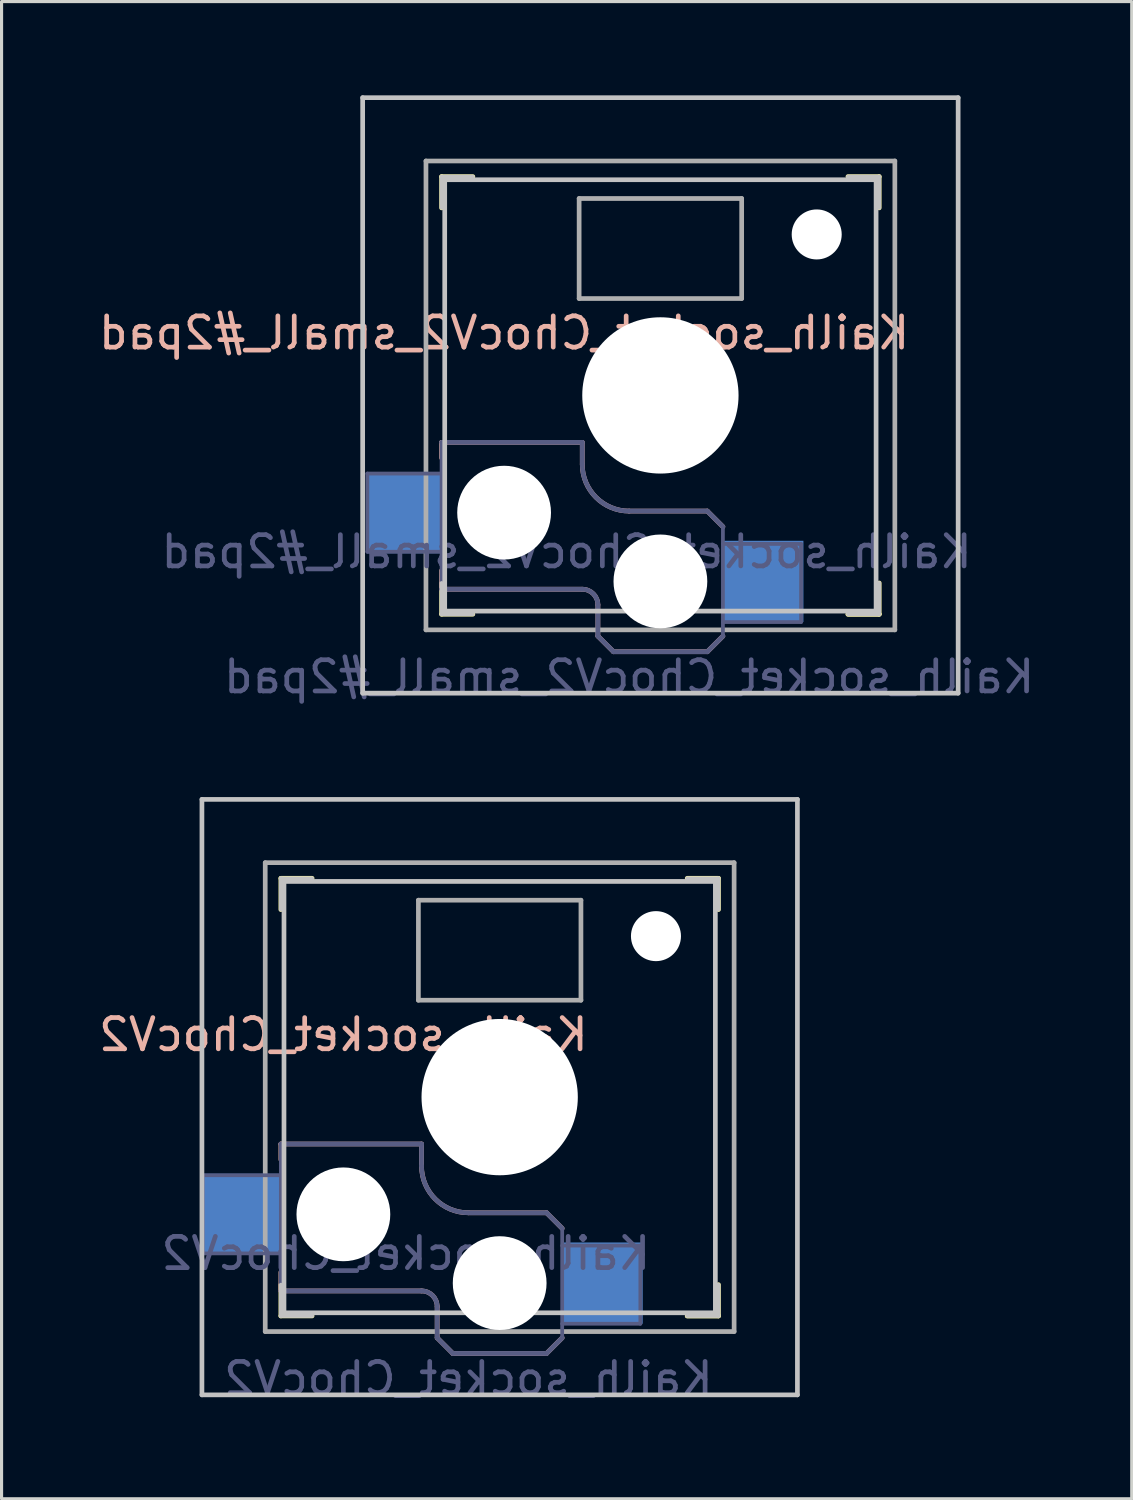
<source format=kicad_pcb>
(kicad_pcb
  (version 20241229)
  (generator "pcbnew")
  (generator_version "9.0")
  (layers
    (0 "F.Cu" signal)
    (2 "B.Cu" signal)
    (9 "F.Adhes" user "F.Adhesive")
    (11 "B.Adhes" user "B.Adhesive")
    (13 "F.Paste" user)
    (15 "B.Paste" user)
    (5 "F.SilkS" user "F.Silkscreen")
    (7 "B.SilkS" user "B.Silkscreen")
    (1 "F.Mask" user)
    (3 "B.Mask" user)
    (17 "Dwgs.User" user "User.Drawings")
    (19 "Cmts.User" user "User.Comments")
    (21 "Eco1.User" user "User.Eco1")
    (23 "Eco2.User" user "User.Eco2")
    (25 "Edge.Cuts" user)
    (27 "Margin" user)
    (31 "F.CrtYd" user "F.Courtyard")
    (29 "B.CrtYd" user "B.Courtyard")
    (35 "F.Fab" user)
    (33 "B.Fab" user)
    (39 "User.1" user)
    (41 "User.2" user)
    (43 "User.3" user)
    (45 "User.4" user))
  (footprint "Kailh_socket_ChocV2"
    (layer "F.Cu")
    (at 12.935 32.048)
    (property "Reference" "Kailh_socket_ChocV2" (at -5 -2 0) (layer "B.SilkS") (effects (font (size 1 1) (thickness 0.15)) (justify mirror)))
    (property "Value" "Kailh_socket_ChocV2" (at 0 8.255 0) (layer "F.Fab") (hide yes) (effects (font (size 1 1) (thickness 0.15))))
    (attr through_hole)
    (fp_line (start -7 -6) (end -7 -7) (stroke (width 0.15) (type solid)) (layer "F.SilkS"))
    (fp_line (start -7 7) (end -7 6) (stroke (width 0.15) (type solid)) (layer "F.SilkS"))
    (fp_line (start -7 7) (end -6 7) (stroke (width 0.15) (type solid)) (layer "F.SilkS"))
    (fp_line (start -6 -7) (end -7 -7) (stroke (width 0.15) (type solid)) (layer "F.SilkS"))
    (fp_line (start 6 7) (end 7 7) (stroke (width 0.15) (type solid)) (layer "F.SilkS"))
    (fp_line (start 7 -7) (end 6 -7) (stroke (width 0.15) (type solid)) (layer "F.SilkS"))
    (fp_line (start 7 -7) (end 7 -6) (stroke (width 0.15) (type solid)) (layer "F.SilkS"))
    (fp_line (start 7 6) (end 7 7) (stroke (width 0.15) (type solid)) (layer "F.SilkS"))
    (fp_line (start 7 7) (end 6 7) (stroke (width 0.15) (type solid)) (layer "F.SilkS"))
    (fp_line (start -7 1.5) (end -7 2) (stroke (width 0.15) (type solid)) (layer "B.SilkS"))
    (fp_line (start -7 5.6) (end -7 6.2) (stroke (width 0.15) (type solid)) (layer "B.SilkS"))
    (fp_line (start -7 6.2) (end -2.5 6.2) (stroke (width 0.15) (type solid)) (layer "B.SilkS"))
    (fp_line (start -2.5 1.5) (end -7 1.5) (stroke (width 0.15) (type solid)) (layer "B.SilkS"))
    (fp_line (start -2.5 2.2) (end -2.5 1.5) (stroke (width 0.15) (type solid)) (layer "B.SilkS"))
    (fp_line (start -2 6.7) (end -2 7.7) (stroke (width 0.15) (type solid)) (layer "B.SilkS"))
    (fp_line (start -1.5 8.2) (end -2 7.7) (stroke (width 0.15) (type solid)) (layer "B.SilkS"))
    (fp_line (start 1.5 3.7) (end -1 3.7) (stroke (width 0.15) (type solid)) (layer "B.SilkS"))
    (fp_line (start 1.5 8.2) (end -1.5 8.2) (stroke (width 0.15) (type solid)) (layer "B.SilkS"))
    (fp_line (start 2 4.2) (end 1.5 3.7) (stroke (width 0.15) (type solid)) (layer "B.SilkS"))
    (fp_line (start 2 7.7) (end 1.5 8.2) (stroke (width 0.15) (type solid)) (layer "B.SilkS"))
    (fp_arc (start -2.5 6.2) (mid -2.146447 6.346447) (end -2 6.7) (stroke (width 0.15) (type solid)) (layer "B.SilkS"))
    (fp_arc (start -1 3.7) (mid -2.06066 3.26066) (end -2.5 2.2) (stroke (width 0.15) (type solid)) (layer "B.SilkS"))
    (fp_line (start -9.525 -9.525) (end 9.525 -9.525) (stroke (width 0.15) (type solid)) (layer "Dwgs.User"))
    (fp_line (start -9.525 9.525) (end -9.525 -9.525) (stroke (width 0.15) (type solid)) (layer "Dwgs.User"))
    (fp_line (start -7 -7) (end -7 -6) (stroke (width 0.12) (type solid)) (layer "Dwgs.User"))
    (fp_line (start -7 -7) (end -6 -7) (stroke (width 0.12) (type solid)) (layer "Dwgs.User"))
    (fp_line (start -7 7) (end -7 6) (stroke (width 0.12) (type solid)) (layer "Dwgs.User"))
    (fp_line (start -7 7) (end -6 7) (stroke (width 0.12) (type solid)) (layer "Dwgs.User"))
    (fp_line (start -6.9 6.9) (end -6.9 -6.9) (stroke (width 0.15) (type solid)) (layer "Dwgs.User"))
    (fp_line (start -6.9 6.9) (end 6.9 6.9) (stroke (width 0.15) (type solid)) (layer "Dwgs.User"))
    (fp_line (start 6.9 -6.9) (end -6.9 -6.9) (stroke (width 0.15) (type solid)) (layer "Dwgs.User"))
    (fp_line (start 6.9 -6.9) (end 6.9 6.9) (stroke (width 0.15) (type solid)) (layer "Dwgs.User"))
    (fp_line (start 7 -7) (end 6 -7) (stroke (width 0.12) (type solid)) (layer "Dwgs.User"))
    (fp_line (start 7 -7) (end 7 -6) (stroke (width 0.12) (type solid)) (layer "Dwgs.User"))
    (fp_line (start 7 7) (end 6 7) (stroke (width 0.12) (type solid)) (layer "Dwgs.User"))
    (fp_line (start 7 7) (end 7 6) (stroke (width 0.12) (type solid)) (layer "Dwgs.User"))
    (fp_line (start 9.525 -9.525) (end 9.525 9.525) (stroke (width 0.15) (type solid)) (layer "Dwgs.User"))
    (fp_line (start 9.525 9.525) (end -9.525 9.525) (stroke (width 0.15) (type solid)) (layer "Dwgs.User"))
    (fp_line (start -9.5 2.5) (end -7 2.5) (stroke (width 0.12) (type solid)) (layer "B.Fab"))
    (fp_line (start -9.5 5) (end -9.5 2.5) (stroke (width 0.12) (type solid)) (layer "B.Fab"))
    (fp_line (start -7 1.5) (end -7 6.2) (stroke (width 0.12) (type solid)) (layer "B.Fab"))
    (fp_line (start -7 5) (end -9.5 5) (stroke (width 0.12) (type solid)) (layer "B.Fab"))
    (fp_line (start -7 6.2) (end -2.5 6.2) (stroke (width 0.15) (type solid)) (layer "B.Fab"))
    (fp_line (start -2.5 1.5) (end -7 1.5) (stroke (width 0.15) (type solid)) (layer "B.Fab"))
    (fp_line (start -2.5 2.2) (end -2.5 1.5) (stroke (width 0.15) (type solid)) (layer "B.Fab"))
    (fp_line (start -2 6.7) (end -2 7.7) (stroke (width 0.15) (type solid)) (layer "B.Fab"))
    (fp_line (start -1.5 8.2) (end -2 7.7) (stroke (width 0.15) (type solid)) (layer "B.Fab"))
    (fp_line (start 1.5 3.7) (end -1 3.7) (stroke (width 0.15) (type solid)) (layer "B.Fab"))
    (fp_line (start 1.5 8.2) (end -1.5 8.2) (stroke (width 0.15) (type solid)) (layer "B.Fab"))
    (fp_line (start 2 4.2) (end 1.5 3.7) (stroke (width 0.15) (type solid)) (layer "B.Fab"))
    (fp_line (start 2 4.25) (end 2 7.7) (stroke (width 0.12) (type solid)) (layer "B.Fab"))
    (fp_line (start 2 4.75) (end 4.5 4.75) (stroke (width 0.12) (type solid)) (layer "B.Fab"))
    (fp_line (start 2 7.7) (end 1.5 8.2) (stroke (width 0.15) (type solid)) (layer "B.Fab"))
    (fp_line (start 4.5 4.75) (end 4.5 7.25) (stroke (width 0.12) (type solid)) (layer "B.Fab"))
    (fp_line (start 4.5 7.25) (end 2 7.25) (stroke (width 0.12) (type solid)) (layer "B.Fab"))
    (fp_arc (start -2.5 6.2) (mid -2.146447 6.346447) (end -2 6.7) (stroke (width 0.15) (type solid)) (layer "B.Fab"))
    (fp_arc (start -1 3.7) (mid -2.06066 3.26066) (end -2.5 2.2) (stroke (width 0.15) (type solid)) (layer "B.Fab"))
    (fp_line (start -7.5 -7.5) (end 7.5 -7.5) (stroke (width 0.15) (type solid)) (layer "F.Fab"))
    (fp_line (start -7.5 7.5) (end -7.5 -7.5) (stroke (width 0.15) (type solid)) (layer "F.Fab"))
    (fp_line (start -2.6 -3.1) (end -2.6 -6.3) (stroke (width 0.15) (type solid)) (layer "F.Fab"))
    (fp_line (start -2.6 -3.1) (end 2.6 -3.1) (stroke (width 0.15) (type solid)) (layer "F.Fab"))
    (fp_line (start 2.6 -6.3) (end -2.6 -6.3) (stroke (width 0.15) (type solid)) (layer "F.Fab"))
    (fp_line (start 2.6 -3.1) (end 2.6 -6.3) (stroke (width 0.15) (type solid)) (layer "F.Fab"))
    (fp_line (start 7.5 -7.5) (end 7.5 7.5) (stroke (width 0.15) (type solid)) (layer "F.Fab"))
    (fp_line (start 7.5 7.5) (end -7.5 7.5) (stroke (width 0.15) (type solid)) (layer "F.Fab"))
    (fp_text user "${REFERENCE}" (at -3 5 0) (layer "B.Fab") (effects (font (size 1 1) (thickness 0.15)) (justify mirror)))
    (fp_text user "${VALUE}" (at -1 9 0) (layer "B.Fab") (effects (font (size 1 1) (thickness 0.15)) (justify mirror)))
    (pad "" np_thru_hole circle (at -5 3.75) (size 3 3) (drill 3) (layers "*.Cu" "*.Mask"))
    (pad "" np_thru_hole circle (at 0 0) (size 5 5) (drill 5) (layers "*.Cu" "*.Mask"))
    (pad "" np_thru_hole circle (at 0 5.95) (size 3 3) (drill 3) (layers "*.Cu" "*.Mask"))
    (pad "" np_thru_hole circle (at 5 -5.15) (size 1.6 1.6) (drill 1.6) (layers "*.Cu" "*.Mask"))
    (pad "1" smd rect (at 3.275 5.95) (size 2.6 2.6) (layers "B.Cu" "B.Mask" "B.Paste"))
    (pad "2" smd rect (at -8.275 3.75) (size 2.6 2.6) (layers "B.Cu" "B.Mask" "B.Paste")))
  (footprint "Kailh_socket_ChocV2_small_#2pad"
    (layer "F.Cu")
    (at 18.077 9.6)
    (property "Reference" "Kailh_socket_ChocV2_small_#2pad" (at -5 -2 0) (layer "B.SilkS") (effects (font (size 1 1) (thickness 0.15)) (justify mirror)))
    (property "Value" "Kailh_socket_ChocV2_small_#2pad" (at 0 8.255 0) (layer "F.Fab") (hide yes) (effects (font (size 1 1) (thickness 0.15))))
    (attr through_hole)
    (fp_line (start -7 -6) (end -7 -7) (stroke (width 0.15) (type solid)) (layer "F.SilkS"))
    (fp_line (start -7 7) (end -7 6) (stroke (width 0.15) (type solid)) (layer "F.SilkS"))
    (fp_line (start -7 7) (end -6 7) (stroke (width 0.15) (type solid)) (layer "F.SilkS"))
    (fp_line (start -6 -7) (end -7 -7) (stroke (width 0.15) (type solid)) (layer "F.SilkS"))
    (fp_line (start 6 7) (end 7 7) (stroke (width 0.15) (type solid)) (layer "F.SilkS"))
    (fp_line (start 7 -7) (end 6 -7) (stroke (width 0.15) (type solid)) (layer "F.SilkS"))
    (fp_line (start 7 -7) (end 7 -6) (stroke (width 0.15) (type solid)) (layer "F.SilkS"))
    (fp_line (start 7 6) (end 7 7) (stroke (width 0.15) (type solid)) (layer "F.SilkS"))
    (fp_line (start 7 7) (end 6 7) (stroke (width 0.15) (type solid)) (layer "F.SilkS"))
    (fp_line (start -7 1.5) (end -7 2) (stroke (width 0.15) (type solid)) (layer "B.SilkS"))
    (fp_line (start -7 5.6) (end -7 6.2) (stroke (width 0.15) (type solid)) (layer "B.SilkS"))
    (fp_line (start -7 6.2) (end -2.5 6.2) (stroke (width 0.15) (type solid)) (layer "B.SilkS"))
    (fp_line (start -2.5 1.5) (end -7 1.5) (stroke (width 0.15) (type solid)) (layer "B.SilkS"))
    (fp_line (start -2.5 2.2) (end -2.5 1.5) (stroke (width 0.15) (type solid)) (layer "B.SilkS"))
    (fp_line (start -2 6.7) (end -2 7.7) (stroke (width 0.15) (type solid)) (layer "B.SilkS"))
    (fp_line (start -1.5 8.2) (end -2 7.7) (stroke (width 0.15) (type solid)) (layer "B.SilkS"))
    (fp_line (start 1.5 3.7) (end -1 3.7) (stroke (width 0.15) (type solid)) (layer "B.SilkS"))
    (fp_line (start 1.5 8.2) (end -1.5 8.2) (stroke (width 0.15) (type solid)) (layer "B.SilkS"))
    (fp_line (start 2 4.2) (end 1.5 3.7) (stroke (width 0.15) (type solid)) (layer "B.SilkS"))
    (fp_line (start 2 7.7) (end 1.5 8.2) (stroke (width 0.15) (type solid)) (layer "B.SilkS"))
    (fp_arc (start -2.5 6.2) (mid -2.146447 6.346447) (end -2 6.7) (stroke (width 0.15) (type solid)) (layer "B.SilkS"))
    (fp_arc (start -1 3.7) (mid -2.06066 3.26066) (end -2.5 2.2) (stroke (width 0.15) (type solid)) (layer "B.SilkS"))
    (fp_line (start -9.525 -9.525) (end 9.525 -9.525) (stroke (width 0.15) (type solid)) (layer "Dwgs.User"))
    (fp_line (start -9.525 9.525) (end -9.525 -9.525) (stroke (width 0.15) (type solid)) (layer "Dwgs.User"))
    (fp_line (start -7 -7) (end -7 -6) (stroke (width 0.12) (type solid)) (layer "Dwgs.User"))
    (fp_line (start -7 -7) (end -6 -7) (stroke (width 0.12) (type solid)) (layer "Dwgs.User"))
    (fp_line (start -7 7) (end -7 6) (stroke (width 0.12) (type solid)) (layer "Dwgs.User"))
    (fp_line (start -7 7) (end -6 7) (stroke (width 0.12) (type solid)) (layer "Dwgs.User"))
    (fp_line (start -6.9 6.9) (end -6.9 -6.9) (stroke (width 0.15) (type solid)) (layer "Dwgs.User"))
    (fp_line (start -6.9 6.9) (end 6.9 6.9) (stroke (width 0.15) (type solid)) (layer "Dwgs.User"))
    (fp_line (start 6.9 -6.9) (end -6.9 -6.9) (stroke (width 0.15) (type solid)) (layer "Dwgs.User"))
    (fp_line (start 6.9 -6.9) (end 6.9 6.9) (stroke (width 0.15) (type solid)) (layer "Dwgs.User"))
    (fp_line (start 7 -7) (end 6 -7) (stroke (width 0.12) (type solid)) (layer "Dwgs.User"))
    (fp_line (start 7 -7) (end 7 -6) (stroke (width 0.12) (type solid)) (layer "Dwgs.User"))
    (fp_line (start 7 7) (end 6 7) (stroke (width 0.12) (type solid)) (layer "Dwgs.User"))
    (fp_line (start 7 7) (end 7 6) (stroke (width 0.12) (type solid)) (layer "Dwgs.User"))
    (fp_line (start 9.525 -9.525) (end 9.525 9.525) (stroke (width 0.15) (type solid)) (layer "Dwgs.User"))
    (fp_line (start 9.525 9.525) (end -9.525 9.525) (stroke (width 0.15) (type solid)) (layer "Dwgs.User"))
    (fp_line (start -9.375 2.5) (end -7 2.5) (stroke (width 0.12) (type solid)) (layer "B.Fab"))
    (fp_line (start -9.375 5) (end -9.375 2.5) (stroke (width 0.12) (type solid)) (layer "B.Fab"))
    (fp_line (start -7 1.5) (end -7 6.2) (stroke (width 0.12) (type solid)) (layer "B.Fab"))
    (fp_line (start -7 5) (end -9.375 5) (stroke (width 0.12) (type solid)) (layer "B.Fab"))
    (fp_line (start -7 6.2) (end -2.5 6.2) (stroke (width 0.15) (type solid)) (layer "B.Fab"))
    (fp_line (start -2.5 1.5) (end -7 1.5) (stroke (width 0.15) (type solid)) (layer "B.Fab"))
    (fp_line (start -2.5 2.2) (end -2.5 1.5) (stroke (width 0.15) (type solid)) (layer "B.Fab"))
    (fp_line (start -2 6.7) (end -2 7.7) (stroke (width 0.15) (type solid)) (layer "B.Fab"))
    (fp_line (start -1.5 8.2) (end -2 7.7) (stroke (width 0.15) (type solid)) (layer "B.Fab"))
    (fp_line (start 1.5 3.7) (end -1 3.7) (stroke (width 0.15) (type solid)) (layer "B.Fab"))
    (fp_line (start 1.5 8.2) (end -1.5 8.2) (stroke (width 0.15) (type solid)) (layer "B.Fab"))
    (fp_line (start 2 4.2) (end 1.5 3.7) (stroke (width 0.15) (type solid)) (layer "B.Fab"))
    (fp_line (start 2 4.25) (end 2 7.7) (stroke (width 0.12) (type solid)) (layer "B.Fab"))
    (fp_line (start 2 4.75) (end 4.5 4.75) (stroke (width 0.12) (type solid)) (layer "B.Fab"))
    (fp_line (start 2 7.7) (end 1.5 8.2) (stroke (width 0.15) (type solid)) (layer "B.Fab"))
    (fp_line (start 4.5 4.75) (end 4.5 7.25) (stroke (width 0.12) (type solid)) (layer "B.Fab"))
    (fp_line (start 4.5 7.25) (end 2 7.25) (stroke (width 0.12) (type solid)) (layer "B.Fab"))
    (fp_arc (start -2.5 6.2) (mid -2.146447 6.346447) (end -2 6.7) (stroke (width 0.15) (type solid)) (layer "B.Fab"))
    (fp_arc (start -1 3.7) (mid -2.06066 3.26066) (end -2.5 2.2) (stroke (width 0.15) (type solid)) (layer "B.Fab"))
    (fp_line (start -7.5 -7.5) (end 7.5 -7.5) (stroke (width 0.15) (type solid)) (layer "F.Fab"))
    (fp_line (start -7.5 7.5) (end -7.5 -7.5) (stroke (width 0.15) (type solid)) (layer "F.Fab"))
    (fp_line (start -2.6 -3.1) (end -2.6 -6.3) (stroke (width 0.15) (type solid)) (layer "F.Fab"))
    (fp_line (start -2.6 -3.1) (end 2.6 -3.1) (stroke (width 0.15) (type solid)) (layer "F.Fab"))
    (fp_line (start 2.6 -6.3) (end -2.6 -6.3) (stroke (width 0.15) (type solid)) (layer "F.Fab"))
    (fp_line (start 2.6 -3.1) (end 2.6 -6.3) (stroke (width 0.15) (type solid)) (layer "F.Fab"))
    (fp_line (start 7.5 -7.5) (end 7.5 7.5) (stroke (width 0.15) (type solid)) (layer "F.Fab"))
    (fp_line (start 7.5 7.5) (end -7.5 7.5) (stroke (width 0.15) (type solid)) (layer "F.Fab"))
    (fp_text user "${REFERENCE}" (at -3 5 0) (layer "B.Fab") (effects (font (size 1 1) (thickness 0.15)) (justify mirror)))
    (fp_text user "${VALUE}" (at -1 9 0) (layer "B.Fab") (effects (font (size 1 1) (thickness 0.15)) (justify mirror)))
    (pad "" np_thru_hole circle (at -5 3.75) (size 3 3) (drill 3) (layers "*.Cu" "*.Mask"))
    (pad "" np_thru_hole circle (at 0 0) (size 5 5) (drill 5) (layers "*.Cu" "*.Mask"))
    (pad "" np_thru_hole circle (at 0 5.95) (size 3 3) (drill 3) (layers "*.Cu" "*.Mask"))
    (pad "" np_thru_hole circle (at 5 -5.15) (size 1.6 1.6) (drill 1.6) (layers "*.Cu" "*.Mask"))
    (pad "1" smd rect (at 3.275 5.95) (size 2.6 2.6) (layers "B.Cu" "B.Mask" "B.Paste"))
    (pad "2" smd rect (at -8.175 3.75) (size 2.4 2.6) (layers "B.Cu" "B.Mask" "B.Paste")))
  (gr_rect
    (start -3 -3)
    (end 33.155 44.897)
    (stroke (width 0.1) (type default))
    (fill no)
    (layer "Edge.Cuts")))
</source>
